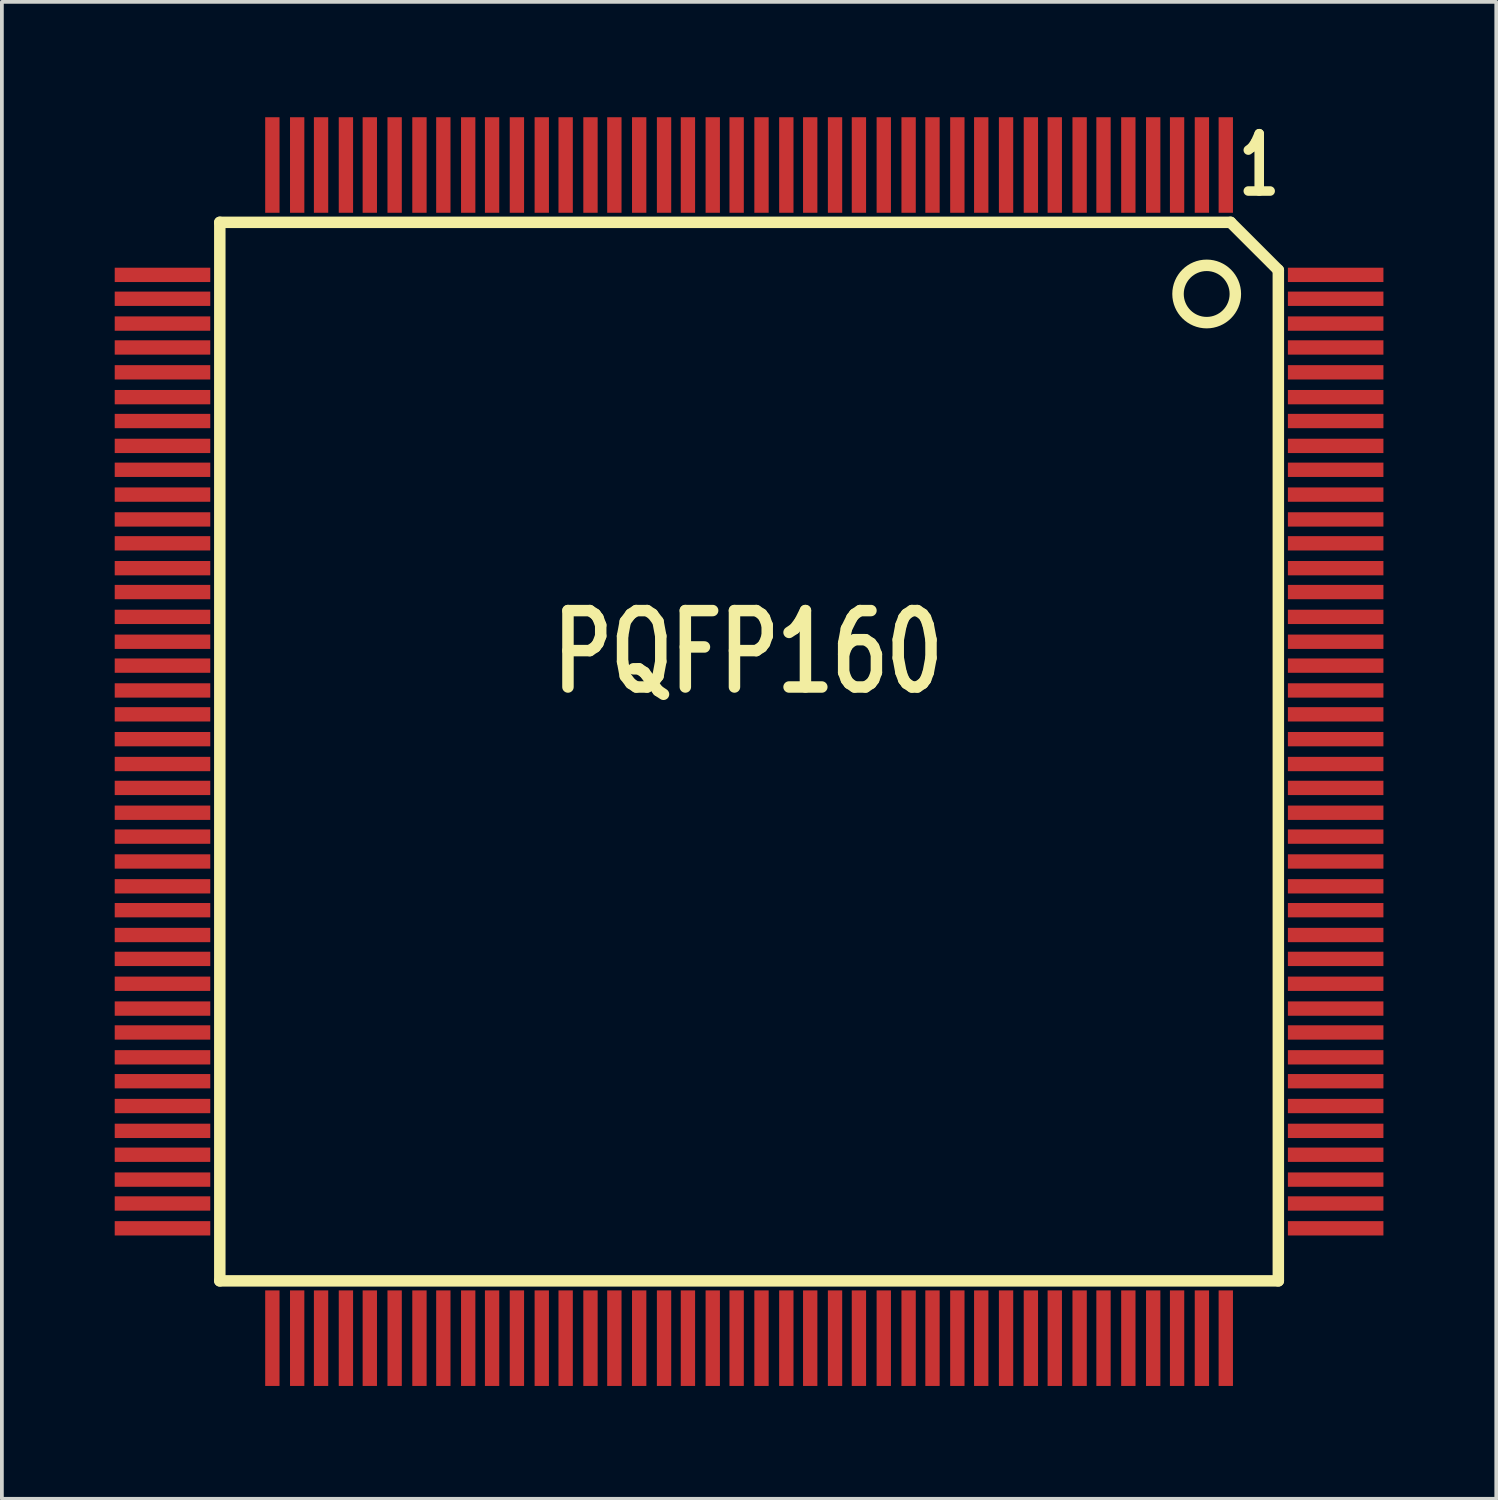
<source format=kicad_pcb>
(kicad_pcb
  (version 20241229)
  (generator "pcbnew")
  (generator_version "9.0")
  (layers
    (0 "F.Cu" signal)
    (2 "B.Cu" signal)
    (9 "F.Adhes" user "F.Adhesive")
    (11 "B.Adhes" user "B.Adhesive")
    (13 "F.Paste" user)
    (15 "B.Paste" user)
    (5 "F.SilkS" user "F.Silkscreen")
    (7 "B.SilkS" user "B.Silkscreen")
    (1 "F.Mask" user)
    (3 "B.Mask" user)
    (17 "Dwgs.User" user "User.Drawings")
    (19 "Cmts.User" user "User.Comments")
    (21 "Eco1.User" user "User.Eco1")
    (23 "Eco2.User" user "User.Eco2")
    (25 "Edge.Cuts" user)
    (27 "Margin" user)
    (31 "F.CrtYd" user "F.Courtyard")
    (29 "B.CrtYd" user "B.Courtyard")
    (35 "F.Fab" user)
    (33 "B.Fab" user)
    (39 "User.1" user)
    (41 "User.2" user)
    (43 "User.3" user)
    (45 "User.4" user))
  (footprint "PQFP160"
    (layer "F.Cu")
    (at 16.84 16.831)
    (property "Reference" "PQFP160" (at 0 -2.54 0) (layer "F.SilkS") (effects (font (size 2.032 1.524) (thickness 0.305))))
    (attr smd)
    (fp_line (start -14.046 -13.97) (end -14.046 14.173) (stroke (width 0.305) (type solid)) (layer "F.SilkS"))
    (fp_line (start -14.046 14.173) (end 14.097 14.173) (stroke (width 0.305) (type solid)) (layer "F.SilkS"))
    (fp_line (start 12.827 -13.97) (end -14.046 -13.97) (stroke (width 0.305) (type solid)) (layer "F.SilkS"))
    (fp_line (start 12.827 -13.97) (end 14.097 -12.7) (stroke (width 0.305) (type solid)) (layer "F.SilkS"))
    (fp_line (start 14.097 14.173) (end 14.097 -12.7) (stroke (width 0.305) (type solid)) (layer "F.SilkS"))
    (fp_circle (center 12.192 -12.065) (end 12.192 -11.303) (stroke (width 0.305) (type solid)) (fill no) (layer "F.SilkS"))
    (fp_text user "1" (at 13.589 -15.494 0) (layer "F.SilkS") (effects (font (size 1.524 1.016) (thickness 0.254))))
    (pad "1" smd rect (at 12.7 -15.494) (size 0.381 2.54) (layers "F.Cu" "F.Mask" "F.Paste"))
    (pad "2" smd rect (at 12.065 -15.494) (size 0.381 2.54) (layers "F.Cu" "F.Mask" "F.Paste"))
    (pad "3" smd rect (at 11.405 -15.494) (size 0.381 2.54) (layers "F.Cu" "F.Mask" "F.Paste"))
    (pad "4" smd rect (at 10.77 -15.494) (size 0.381 2.54) (layers "F.Cu" "F.Mask" "F.Paste"))
    (pad "5" smd rect (at 10.109 -15.494) (size 0.381 2.54) (layers "F.Cu" "F.Mask" "F.Paste"))
    (pad "6" smd rect (at 9.449 -15.494) (size 0.381 2.54) (layers "F.Cu" "F.Mask" "F.Paste"))
    (pad "7" smd rect (at 8.814 -15.494) (size 0.381 2.54) (layers "F.Cu" "F.Mask" "F.Paste"))
    (pad "8" smd rect (at 8.153 -15.494) (size 0.381 2.54) (layers "F.Cu" "F.Mask" "F.Paste"))
    (pad "9" smd rect (at 7.518 -15.494) (size 0.381 2.54) (layers "F.Cu" "F.Mask" "F.Paste"))
    (pad "10" smd rect (at 6.858 -15.494) (size 0.381 2.54) (layers "F.Cu" "F.Mask" "F.Paste"))
    (pad "11" smd rect (at 6.198 -15.494) (size 0.381 2.54) (layers "F.Cu" "F.Mask" "F.Paste"))
    (pad "12" smd rect (at 5.563 -15.494) (size 0.381 2.54) (layers "F.Cu" "F.Mask" "F.Paste"))
    (pad "13" smd rect (at 4.902 -15.494) (size 0.381 2.54) (layers "F.Cu" "F.Mask" "F.Paste"))
    (pad "14" smd rect (at 4.267 -15.494) (size 0.381 2.54) (layers "F.Cu" "F.Mask" "F.Paste"))
    (pad "15" smd rect (at 3.607 -15.494) (size 0.381 2.54) (layers "F.Cu" "F.Mask" "F.Paste"))
    (pad "16" smd rect (at 2.946 -15.494) (size 0.381 2.54) (layers "F.Cu" "F.Mask" "F.Paste"))
    (pad "17" smd rect (at 2.311 -15.494) (size 0.381 2.54) (layers "F.Cu" "F.Mask" "F.Paste"))
    (pad "18" smd rect (at 1.651 -15.494) (size 0.381 2.54) (layers "F.Cu" "F.Mask" "F.Paste"))
    (pad "19" smd rect (at 1.016 -15.494) (size 0.381 2.54) (layers "F.Cu" "F.Mask" "F.Paste"))
    (pad "20" smd rect (at 0.356 -15.494) (size 0.381 2.54) (layers "F.Cu" "F.Mask" "F.Paste"))
    (pad "21" smd rect (at -0.305 -15.494) (size 0.381 2.54) (layers "F.Cu" "F.Mask" "F.Paste"))
    (pad "22" smd rect (at -0.94 -15.494) (size 0.381 2.54) (layers "F.Cu" "F.Mask" "F.Paste"))
    (pad "23" smd rect (at -1.6 -15.494) (size 0.381 2.54) (layers "F.Cu" "F.Mask" "F.Paste"))
    (pad "24" smd rect (at -2.235 -15.494) (size 0.381 2.54) (layers "F.Cu" "F.Mask" "F.Paste"))
    (pad "25" smd rect (at -2.896 -15.494) (size 0.381 2.54) (layers "F.Cu" "F.Mask" "F.Paste"))
    (pad "26" smd rect (at -3.556 -15.494) (size 0.381 2.54) (layers "F.Cu" "F.Mask" "F.Paste"))
    (pad "27" smd rect (at -4.191 -15.494) (size 0.381 2.54) (layers "F.Cu" "F.Mask" "F.Paste"))
    (pad "28" smd rect (at -4.851 -15.494) (size 0.381 2.54) (layers "F.Cu" "F.Mask" "F.Paste"))
    (pad "29" smd rect (at -5.486 -15.494) (size 0.381 2.54) (layers "F.Cu" "F.Mask" "F.Paste"))
    (pad "30" smd rect (at -6.147 -15.494) (size 0.381 2.54) (layers "F.Cu" "F.Mask" "F.Paste"))
    (pad "31" smd rect (at -6.807 -15.494) (size 0.381 2.54) (layers "F.Cu" "F.Mask" "F.Paste"))
    (pad "32" smd rect (at -7.442 -15.494) (size 0.381 2.54) (layers "F.Cu" "F.Mask" "F.Paste"))
    (pad "33" smd rect (at -8.103 -15.494) (size 0.381 2.54) (layers "F.Cu" "F.Mask" "F.Paste"))
    (pad "34" smd rect (at -8.738 -15.494) (size 0.381 2.54) (layers "F.Cu" "F.Mask" "F.Paste"))
    (pad "35" smd rect (at -9.398 -15.494) (size 0.381 2.54) (layers "F.Cu" "F.Mask" "F.Paste"))
    (pad "36" smd rect (at -10.058 -15.494) (size 0.381 2.54) (layers "F.Cu" "F.Mask" "F.Paste"))
    (pad "37" smd rect (at -10.693 -15.494) (size 0.381 2.54) (layers "F.Cu" "F.Mask" "F.Paste"))
    (pad "38" smd rect (at -11.354 -15.494) (size 0.381 2.54) (layers "F.Cu" "F.Mask" "F.Paste"))
    (pad "39" smd rect (at -11.989 -15.494) (size 0.381 2.54) (layers "F.Cu" "F.Mask" "F.Paste"))
    (pad "40" smd rect (at -12.649 -15.494) (size 0.381 2.54) (layers "F.Cu" "F.Mask" "F.Paste"))
    (pad "41" smd rect (at -15.57 -12.573) (size 2.54 0.381) (layers "F.Cu" "F.Mask" "F.Paste"))
    (pad "42" smd rect (at -15.57 -11.938) (size 2.54 0.381) (layers "F.Cu" "F.Mask" "F.Paste"))
    (pad "43" smd rect (at -15.57 -11.278) (size 2.54 0.381) (layers "F.Cu" "F.Mask" "F.Paste"))
    (pad "44" smd rect (at -15.57 -10.643) (size 2.54 0.381) (layers "F.Cu" "F.Mask" "F.Paste"))
    (pad "45" smd rect (at -15.57 -9.982) (size 2.54 0.381) (layers "F.Cu" "F.Mask" "F.Paste"))
    (pad "46" smd rect (at -15.57 -9.322) (size 2.54 0.381) (layers "F.Cu" "F.Mask" "F.Paste"))
    (pad "47" smd rect (at -15.57 -8.687) (size 2.54 0.381) (layers "F.Cu" "F.Mask" "F.Paste"))
    (pad "48" smd rect (at -15.57 -8.026) (size 2.54 0.381) (layers "F.Cu" "F.Mask" "F.Paste"))
    (pad "49" smd rect (at -15.57 -7.391) (size 2.54 0.381) (layers "F.Cu" "F.Mask" "F.Paste"))
    (pad "50" smd rect (at -15.57 -6.731) (size 2.54 0.381) (layers "F.Cu" "F.Mask" "F.Paste"))
    (pad "51" smd rect (at -15.57 -6.071) (size 2.54 0.381) (layers "F.Cu" "F.Mask" "F.Paste"))
    (pad "52" smd rect (at -15.57 -5.436) (size 2.54 0.381) (layers "F.Cu" "F.Mask" "F.Paste"))
    (pad "53" smd rect (at -15.57 -4.775) (size 2.54 0.381) (layers "F.Cu" "F.Mask" "F.Paste"))
    (pad "54" smd rect (at -15.57 -4.14) (size 2.54 0.381) (layers "F.Cu" "F.Mask" "F.Paste"))
    (pad "55" smd rect (at -15.57 -3.48) (size 2.54 0.381) (layers "F.Cu" "F.Mask" "F.Paste"))
    (pad "56" smd rect (at -15.57 -2.819) (size 2.54 0.381) (layers "F.Cu" "F.Mask" "F.Paste"))
    (pad "57" smd rect (at -15.57 -2.184) (size 2.54 0.381) (layers "F.Cu" "F.Mask" "F.Paste"))
    (pad "58" smd rect (at -15.57 -1.524) (size 2.54 0.381) (layers "F.Cu" "F.Mask" "F.Paste"))
    (pad "59" smd rect (at -15.57 -0.889) (size 2.54 0.381) (layers "F.Cu" "F.Mask" "F.Paste"))
    (pad "60" smd rect (at -15.57 -0.229) (size 2.54 0.381) (layers "F.Cu" "F.Mask" "F.Paste"))
    (pad "61" smd rect (at -15.57 0.432) (size 2.54 0.381) (layers "F.Cu" "F.Mask" "F.Paste"))
    (pad "62" smd rect (at -15.57 1.067) (size 2.54 0.381) (layers "F.Cu" "F.Mask" "F.Paste"))
    (pad "63" smd rect (at -15.57 1.727) (size 2.54 0.381) (layers "F.Cu" "F.Mask" "F.Paste"))
    (pad "64" smd rect (at -15.57 2.362) (size 2.54 0.381) (layers "F.Cu" "F.Mask" "F.Paste"))
    (pad "65" smd rect (at -15.57 3.023) (size 2.54 0.381) (layers "F.Cu" "F.Mask" "F.Paste"))
    (pad "66" smd rect (at -15.57 3.683) (size 2.54 0.381) (layers "F.Cu" "F.Mask" "F.Paste"))
    (pad "67" smd rect (at -15.57 4.318) (size 2.54 0.381) (layers "F.Cu" "F.Mask" "F.Paste"))
    (pad "68" smd rect (at -15.57 4.978) (size 2.54 0.381) (layers "F.Cu" "F.Mask" "F.Paste"))
    (pad "69" smd rect (at -15.57 5.613) (size 2.54 0.381) (layers "F.Cu" "F.Mask" "F.Paste"))
    (pad "70" smd rect (at -15.57 6.274) (size 2.54 0.381) (layers "F.Cu" "F.Mask" "F.Paste"))
    (pad "71" smd rect (at -15.57 6.934) (size 2.54 0.381) (layers "F.Cu" "F.Mask" "F.Paste"))
    (pad "72" smd rect (at -15.57 7.569) (size 2.54 0.381) (layers "F.Cu" "F.Mask" "F.Paste"))
    (pad "73" smd rect (at -15.57 8.23) (size 2.54 0.381) (layers "F.Cu" "F.Mask" "F.Paste"))
    (pad "74" smd rect (at -15.57 8.865) (size 2.54 0.381) (layers "F.Cu" "F.Mask" "F.Paste"))
    (pad "75" smd rect (at -15.57 9.525) (size 2.54 0.381) (layers "F.Cu" "F.Mask" "F.Paste"))
    (pad "76" smd rect (at -15.57 10.185) (size 2.54 0.381) (layers "F.Cu" "F.Mask" "F.Paste"))
    (pad "77" smd rect (at -15.57 10.82) (size 2.54 0.381) (layers "F.Cu" "F.Mask" "F.Paste"))
    (pad "78" smd rect (at -15.57 11.481) (size 2.54 0.381) (layers "F.Cu" "F.Mask" "F.Paste"))
    (pad "79" smd rect (at -15.57 12.116) (size 2.54 0.381) (layers "F.Cu" "F.Mask" "F.Paste"))
    (pad "80" smd rect (at -15.57 12.776) (size 2.54 0.381) (layers "F.Cu" "F.Mask" "F.Paste"))
    (pad "81" smd rect (at -12.649 15.697) (size 0.381 2.54) (layers "F.Cu" "F.Mask" "F.Paste"))
    (pad "82" smd rect (at -11.989 15.697) (size 0.381 2.54) (layers "F.Cu" "F.Mask" "F.Paste"))
    (pad "83" smd rect (at -11.354 15.697) (size 0.381 2.54) (layers "F.Cu" "F.Mask" "F.Paste"))
    (pad "84" smd rect (at -10.693 15.697) (size 0.381 2.54) (layers "F.Cu" "F.Mask" "F.Paste"))
    (pad "85" smd rect (at -10.058 15.697) (size 0.381 2.54) (layers "F.Cu" "F.Mask" "F.Paste"))
    (pad "86" smd rect (at -9.398 15.697) (size 0.381 2.54) (layers "F.Cu" "F.Mask" "F.Paste"))
    (pad "87" smd rect (at -8.738 15.697) (size 0.381 2.54) (layers "F.Cu" "F.Mask" "F.Paste"))
    (pad "88" smd rect (at -8.103 15.697) (size 0.381 2.54) (layers "F.Cu" "F.Mask" "F.Paste"))
    (pad "89" smd rect (at -7.442 15.697) (size 0.381 2.54) (layers "F.Cu" "F.Mask" "F.Paste"))
    (pad "90" smd rect (at -6.807 15.697) (size 0.381 2.54) (layers "F.Cu" "F.Mask" "F.Paste"))
    (pad "91" smd rect (at -6.147 15.697) (size 0.381 2.54) (layers "F.Cu" "F.Mask" "F.Paste"))
    (pad "92" smd rect (at -5.486 15.697) (size 0.381 2.54) (layers "F.Cu" "F.Mask" "F.Paste"))
    (pad "93" smd rect (at -4.851 15.697) (size 0.381 2.54) (layers "F.Cu" "F.Mask" "F.Paste"))
    (pad "94" smd rect (at -4.191 15.697) (size 0.381 2.54) (layers "F.Cu" "F.Mask" "F.Paste"))
    (pad "95" smd rect (at -3.556 15.697) (size 0.381 2.54) (layers "F.Cu" "F.Mask" "F.Paste"))
    (pad "96" smd rect (at -2.896 15.697) (size 0.381 2.54) (layers "F.Cu" "F.Mask" "F.Paste"))
    (pad "97" smd rect (at -2.235 15.697) (size 0.381 2.54) (layers "F.Cu" "F.Mask" "F.Paste"))
    (pad "98" smd rect (at -1.6 15.697) (size 0.381 2.54) (layers "F.Cu" "F.Mask" "F.Paste"))
    (pad "99" smd rect (at -0.94 15.697) (size 0.381 2.54) (layers "F.Cu" "F.Mask" "F.Paste"))
    (pad "100" smd rect (at -0.305 15.697) (size 0.381 2.54) (layers "F.Cu" "F.Mask" "F.Paste"))
    (pad "101" smd rect (at 0.356 15.697) (size 0.381 2.54) (layers "F.Cu" "F.Mask" "F.Paste"))
    (pad "102" smd rect (at 1.016 15.697) (size 0.381 2.54) (layers "F.Cu" "F.Mask" "F.Paste"))
    (pad "103" smd rect (at 1.651 15.697) (size 0.381 2.54) (layers "F.Cu" "F.Mask" "F.Paste"))
    (pad "104" smd rect (at 2.311 15.697) (size 0.381 2.54) (layers "F.Cu" "F.Mask" "F.Paste"))
    (pad "105" smd rect (at 2.946 15.697) (size 0.381 2.54) (layers "F.Cu" "F.Mask" "F.Paste"))
    (pad "106" smd rect (at 3.607 15.697) (size 0.381 2.54) (layers "F.Cu" "F.Mask" "F.Paste"))
    (pad "107" smd rect (at 4.267 15.697) (size 0.381 2.54) (layers "F.Cu" "F.Mask" "F.Paste"))
    (pad "108" smd rect (at 4.902 15.697) (size 0.381 2.54) (layers "F.Cu" "F.Mask" "F.Paste"))
    (pad "109" smd rect (at 5.563 15.697) (size 0.381 2.54) (layers "F.Cu" "F.Mask" "F.Paste"))
    (pad "110" smd rect (at 6.198 15.697) (size 0.381 2.54) (layers "F.Cu" "F.Mask" "F.Paste"))
    (pad "111" smd rect (at 6.858 15.697) (size 0.381 2.54) (layers "F.Cu" "F.Mask" "F.Paste"))
    (pad "112" smd rect (at 7.518 15.697) (size 0.381 2.54) (layers "F.Cu" "F.Mask" "F.Paste"))
    (pad "113" smd rect (at 8.153 15.697) (size 0.381 2.54) (layers "F.Cu" "F.Mask" "F.Paste"))
    (pad "114" smd rect (at 8.814 15.697) (size 0.381 2.54) (layers "F.Cu" "F.Mask" "F.Paste"))
    (pad "115" smd rect (at 9.449 15.697) (size 0.381 2.54) (layers "F.Cu" "F.Mask" "F.Paste"))
    (pad "116" smd rect (at 10.109 15.697) (size 0.381 2.54) (layers "F.Cu" "F.Mask" "F.Paste"))
    (pad "117" smd rect (at 10.77 15.697) (size 0.381 2.54) (layers "F.Cu" "F.Mask" "F.Paste"))
    (pad "118" smd rect (at 11.405 15.697) (size 0.381 2.54) (layers "F.Cu" "F.Mask" "F.Paste"))
    (pad "119" smd rect (at 12.065 15.697) (size 0.381 2.54) (layers "F.Cu" "F.Mask" "F.Paste"))
    (pad "120" smd rect (at 12.7 15.697) (size 0.381 2.54) (layers "F.Cu" "F.Mask" "F.Paste"))
    (pad "121" smd rect (at 15.621 12.776) (size 2.54 0.381) (layers "F.Cu" "F.Mask" "F.Paste"))
    (pad "122" smd rect (at 15.621 12.116) (size 2.54 0.381) (layers "F.Cu" "F.Mask" "F.Paste"))
    (pad "123" smd rect (at 15.621 11.481) (size 2.54 0.381) (layers "F.Cu" "F.Mask" "F.Paste"))
    (pad "124" smd rect (at 15.621 10.82) (size 2.54 0.381) (layers "F.Cu" "F.Mask" "F.Paste"))
    (pad "125" smd rect (at 15.621 10.185) (size 2.54 0.381) (layers "F.Cu" "F.Mask" "F.Paste"))
    (pad "126" smd rect (at 15.621 9.525) (size 2.54 0.381) (layers "F.Cu" "F.Mask" "F.Paste"))
    (pad "127" smd rect (at 15.621 8.865) (size 2.54 0.381) (layers "F.Cu" "F.Mask" "F.Paste"))
    (pad "128" smd rect (at 15.621 8.23) (size 2.54 0.381) (layers "F.Cu" "F.Mask" "F.Paste"))
    (pad "129" smd rect (at 15.621 7.569) (size 2.54 0.381) (layers "F.Cu" "F.Mask" "F.Paste"))
    (pad "130" smd rect (at 15.621 6.934) (size 2.54 0.381) (layers "F.Cu" "F.Mask" "F.Paste"))
    (pad "131" smd rect (at 15.621 6.274) (size 2.54 0.381) (layers "F.Cu" "F.Mask" "F.Paste"))
    (pad "132" smd rect (at 15.621 5.613) (size 2.54 0.381) (layers "F.Cu" "F.Mask" "F.Paste"))
    (pad "133" smd rect (at 15.621 4.978) (size 2.54 0.381) (layers "F.Cu" "F.Mask" "F.Paste"))
    (pad "134" smd rect (at 15.621 4.318) (size 2.54 0.381) (layers "F.Cu" "F.Mask" "F.Paste"))
    (pad "135" smd rect (at 15.621 3.683) (size 2.54 0.381) (layers "F.Cu" "F.Mask" "F.Paste"))
    (pad "136" smd rect (at 15.621 3.023) (size 2.54 0.381) (layers "F.Cu" "F.Mask" "F.Paste"))
    (pad "137" smd rect (at 15.621 2.362) (size 2.54 0.381) (layers "F.Cu" "F.Mask" "F.Paste"))
    (pad "138" smd rect (at 15.621 1.727) (size 2.54 0.381) (layers "F.Cu" "F.Mask" "F.Paste"))
    (pad "139" smd rect (at 15.621 1.067) (size 2.54 0.381) (layers "F.Cu" "F.Mask" "F.Paste"))
    (pad "140" smd rect (at 15.621 0.432) (size 2.54 0.381) (layers "F.Cu" "F.Mask" "F.Paste"))
    (pad "141" smd rect (at 15.621 -0.229) (size 2.54 0.381) (layers "F.Cu" "F.Mask" "F.Paste"))
    (pad "142" smd rect (at 15.621 -0.889) (size 2.54 0.381) (layers "F.Cu" "F.Mask" "F.Paste"))
    (pad "143" smd rect (at 15.621 -1.524) (size 2.54 0.381) (layers "F.Cu" "F.Mask" "F.Paste"))
    (pad "144" smd rect (at 15.621 -2.184) (size 2.54 0.381) (layers "F.Cu" "F.Mask" "F.Paste"))
    (pad "145" smd rect (at 15.621 -2.819) (size 2.54 0.381) (layers "F.Cu" "F.Mask" "F.Paste"))
    (pad "146" smd rect (at 15.621 -3.48) (size 2.54 0.381) (layers "F.Cu" "F.Mask" "F.Paste"))
    (pad "147" smd rect (at 15.621 -4.14) (size 2.54 0.381) (layers "F.Cu" "F.Mask" "F.Paste"))
    (pad "148" smd rect (at 15.621 -4.775) (size 2.54 0.381) (layers "F.Cu" "F.Mask" "F.Paste"))
    (pad "149" smd rect (at 15.621 -5.436) (size 2.54 0.381) (layers "F.Cu" "F.Mask" "F.Paste"))
    (pad "150" smd rect (at 15.621 -6.071) (size 2.54 0.381) (layers "F.Cu" "F.Mask" "F.Paste"))
    (pad "151" smd rect (at 15.621 -6.731) (size 2.54 0.381) (layers "F.Cu" "F.Mask" "F.Paste"))
    (pad "152" smd rect (at 15.621 -7.391) (size 2.54 0.381) (layers "F.Cu" "F.Mask" "F.Paste"))
    (pad "153" smd rect (at 15.621 -8.026) (size 2.54 0.381) (layers "F.Cu" "F.Mask" "F.Paste"))
    (pad "154" smd rect (at 15.621 -8.687) (size 2.54 0.381) (layers "F.Cu" "F.Mask" "F.Paste"))
    (pad "155" smd rect (at 15.621 -9.322) (size 2.54 0.381) (layers "F.Cu" "F.Mask" "F.Paste"))
    (pad "156" smd rect (at 15.621 -9.982) (size 2.54 0.381) (layers "F.Cu" "F.Mask" "F.Paste"))
    (pad "157" smd rect (at 15.621 -10.643) (size 2.54 0.381) (layers "F.Cu" "F.Mask" "F.Paste"))
    (pad "158" smd rect (at 15.621 -11.278) (size 2.54 0.381) (layers "F.Cu" "F.Mask" "F.Paste"))
    (pad "159" smd rect (at 15.621 -11.938) (size 2.54 0.381) (layers "F.Cu" "F.Mask" "F.Paste"))
    (pad "160" smd rect (at 15.621 -12.573) (size 2.54 0.381) (layers "F.Cu" "F.Mask" "F.Paste")))
  (gr_rect
    (start -3 -3)
    (end 36.731 36.799)
    (stroke (width 0.1) (type default))
    (fill no)
    (layer "Edge.Cuts")))
</source>
